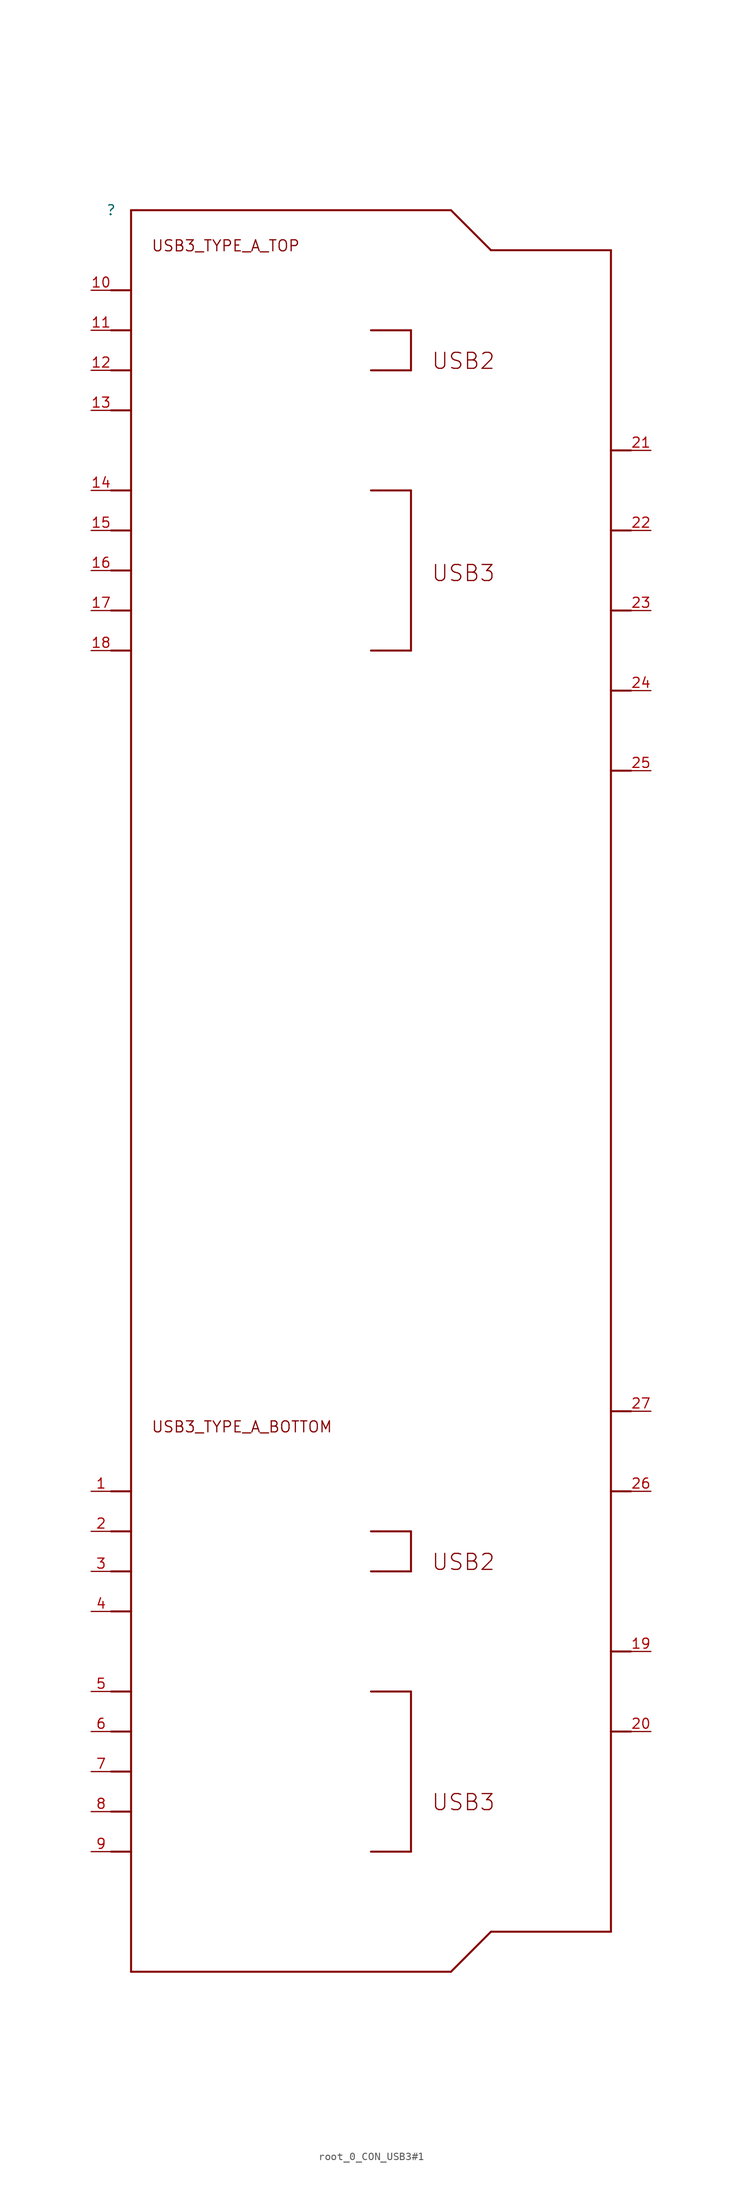
<source format=kicad_sym>
(kicad_symbol_lib
  (version 20220914)
  (generator kicad_symbol_editor)
  (symbol "root_0_CON_USB3#1"
    (property "Reference" ""
      (at 0 0 0)
      (effects (font (size 1.27 1.27))))
    (property "Value" ""
      (at 0 0 0)
      (effects (font (size 1.27 1.27))))
    (symbol "root_0_CON_USB3#1_1_0"
      (polyline (pts (xy 0 -208.28) (xy 2.54 -208.28)) (stroke (width 0.254) (type solid)) (fill (type none)))
      (polyline (pts (xy 0 -203.2) (xy 2.54 -203.2)) (stroke (width 0.254) (type solid)) (fill (type none)))
      (polyline (pts (xy 0 -198.12) (xy 2.54 -198.12)) (stroke (width 0.254) (type solid)) (fill (type none)))
      (polyline (pts (xy 0 -193.04) (xy 2.54 -193.04)) (stroke (width 0.254) (type solid)) (fill (type none)))
      (polyline (pts (xy 0 -187.96) (xy 2.54 -187.96)) (stroke (width 0.254) (type solid)) (fill (type none)))
      (polyline (pts (xy 0 -177.8) (xy 2.54 -177.8)) (stroke (width 0.254) (type solid)) (fill (type none)))
      (polyline (pts (xy 0 -172.72) (xy 2.54 -172.72)) (stroke (width 0.254) (type solid)) (fill (type none)))
      (polyline (pts (xy 0 -167.64) (xy 2.54 -167.64)) (stroke (width 0.254) (type solid)) (fill (type none)))
      (polyline (pts (xy 0 -162.56) (xy 2.54 -162.56)) (stroke (width 0.254) (type solid)) (fill (type none)))
      (polyline (pts (xy 0 -55.88) (xy 2.54 -55.88)) (stroke (width 0.254) (type solid)) (fill (type none)))
      (polyline (pts (xy 0 -50.8) (xy 2.54 -50.8)) (stroke (width 0.254) (type solid)) (fill (type none)))
      (polyline (pts (xy 0 -45.72) (xy 2.54 -45.72)) (stroke (width 0.254) (type solid)) (fill (type none)))
      (polyline (pts (xy 0 -40.64) (xy 2.54 -40.64)) (stroke (width 0.254) (type solid)) (fill (type none)))
      (polyline (pts (xy 0 -35.56) (xy 2.54 -35.56)) (stroke (width 0.254) (type solid)) (fill (type none)))
      (polyline (pts (xy 0 -25.4) (xy 2.54 -25.4)) (stroke (width 0.254) (type solid)) (fill (type none)))
      (polyline (pts (xy 0 -20.32) (xy 2.54 -20.32)) (stroke (width 0.254) (type solid)) (fill (type none)))
      (polyline (pts (xy 0 -15.24) (xy 2.54 -15.24)) (stroke (width 0.254) (type solid)) (fill (type none)))
      (polyline (pts (xy 0 -10.16) (xy 2.54 -10.16)) (stroke (width 0.254) (type solid)) (fill (type none)))
      (polyline (pts (xy 2.54 -223.52) (xy 43.18 -223.52)) (stroke (width 0.254) (type solid)) (fill (type none)))
      (polyline (pts (xy 2.54 0) (xy 2.54 -223.52)) (stroke (width 0.254) (type solid)) (fill (type none)))
      (polyline (pts (xy 2.54 0) (xy 43.18 0)) (stroke (width 0.254) (type solid)) (fill (type none)))
      (polyline (pts (xy 33.02 -187.96) (xy 38.1 -187.96)) (stroke (width 0.254) (type solid)) (fill (type none)))
      (polyline (pts (xy 33.02 -167.64) (xy 38.1 -167.64)) (stroke (width 0.254) (type solid)) (fill (type none)))
      (polyline (pts (xy 33.02 -35.56) (xy 38.1 -35.56)) (stroke (width 0.254) (type solid)) (fill (type none)))
      (polyline (pts (xy 33.02 -15.24) (xy 38.1 -15.24)) (stroke (width 0.254) (type solid)) (fill (type none)))
      (polyline (pts (xy 38.1 -208.28) (xy 33.02 -208.28)) (stroke (width 0.254) (type solid)) (fill (type none)))
      (polyline (pts (xy 38.1 -187.96) (xy 38.1 -208.28)) (stroke (width 0.254) (type solid)) (fill (type none)))
      (polyline (pts (xy 38.1 -172.72) (xy 33.02 -172.72)) (stroke (width 0.254) (type solid)) (fill (type none)))
      (polyline (pts (xy 38.1 -167.64) (xy 38.1 -172.72)) (stroke (width 0.254) (type solid)) (fill (type none)))
      (polyline (pts (xy 38.1 -55.88) (xy 33.02 -55.88)) (stroke (width 0.254) (type solid)) (fill (type none)))
      (polyline (pts (xy 38.1 -35.56) (xy 38.1 -55.88)) (stroke (width 0.254) (type solid)) (fill (type none)))
      (polyline (pts (xy 38.1 -20.32) (xy 33.02 -20.32)) (stroke (width 0.254) (type solid)) (fill (type none)))
      (polyline (pts (xy 38.1 -15.24) (xy 38.1 -20.32)) (stroke (width 0.254) (type solid)) (fill (type none)))
      (polyline (pts (xy 43.18 -223.52) (xy 48.26 -218.44)) (stroke (width 0.254) (type solid)) (fill (type none)))
      (polyline (pts (xy 43.18 0) (xy 48.26 -5.08)) (stroke (width 0.254) (type solid)) (fill (type none)))
      (polyline (pts (xy 48.26 -5.08) (xy 63.5 -5.08)) (stroke (width 0.254) (type solid)) (fill (type none)))
      (polyline (pts (xy 63.5 -218.44) (xy 48.26 -218.44)) (stroke (width 0.254) (type solid)) (fill (type none)))
      (polyline (pts (xy 63.5 -193.04) (xy 66.04 -193.04)) (stroke (width 0.254) (type solid)) (fill (type none)))
      (polyline (pts (xy 63.5 -182.88) (xy 66.04 -182.88)) (stroke (width 0.254) (type solid)) (fill (type none)))
      (polyline (pts (xy 63.5 -162.56) (xy 66.04 -162.56)) (stroke (width 0.254) (type solid)) (fill (type none)))
      (polyline (pts (xy 63.5 -152.4) (xy 66.04 -152.4)) (stroke (width 0.254) (type solid)) (fill (type none)))
      (polyline (pts (xy 63.5 -71.12) (xy 66.04 -71.12)) (stroke (width 0.254) (type solid)) (fill (type none)))
      (polyline (pts (xy 63.5 -60.96) (xy 66.04 -60.96)) (stroke (width 0.254) (type solid)) (fill (type none)))
      (polyline (pts (xy 63.5 -50.8) (xy 66.04 -50.8)) (stroke (width 0.254) (type solid)) (fill (type none)))
      (polyline (pts (xy 63.5 -40.64) (xy 66.04 -40.64)) (stroke (width 0.254) (type solid)) (fill (type none)))
      (polyline (pts (xy 63.5 -30.48) (xy 66.04 -30.48)) (stroke (width 0.254) (type solid)) (fill (type none)))
      (polyline (pts (xy 63.5 -5.08) (xy 63.5 -218.44)) (stroke (width 0.254) (type solid)) (fill (type none)))
      (text "USB2" (at 40.64 -172.72 0) (effects (font (size 2.032 2.032)) (justify left bottom)))
      (text "USB2" (at 40.64 -20.32 0) (effects (font (size 2.032 2.032)) (justify left bottom)))
      (text "USB3" (at 40.64 -203.2 0) (effects (font (size 2.032 2.032)) (justify left bottom)))
      (text "USB3" (at 40.64 -47.244 0) (effects (font (size 2.032 2.032)) (justify left bottom)))
      (text "USB3_TYPE_A_BOTTOM" (at 5.08 -155.194 0) (effects (font (size 1.397 1.397)) (justify left bottom)))
      (text "USB3_TYPE_A_TOP" (at 5.08 -5.334 0) (effects (font (size 1.397 1.397)) (justify left bottom)))
      (pin power_in line (at -2.54 -162.56 0) (length 2.54) (name "VBUS0" (effects (font (size 0 0)))) (number "1" (effects (font (size 1.27 1.27)))))
      (pin power_in line (at -2.54 -10.16 0) (length 2.54) (name "VBUS1" (effects (font (size 0 0)))) (number "10" (effects (font (size 1.27 1.27)))))
      (pin bidirectional line (at -2.54 -15.24 0) (length 2.54) (name "DN1" (effects (font (size 0 0)))) (number "11" (effects (font (size 1.27 1.27)))))
      (pin bidirectional line (at -2.54 -20.32 0) (length 2.54) (name "DP1" (effects (font (size 0 0)))) (number "12" (effects (font (size 1.27 1.27)))))
      (pin bidirectional line (at -2.54 -25.4 0) (length 2.54) (name "GND3" (effects (font (size 0 0)))) (number "13" (effects (font (size 1.27 1.27)))))
      (pin bidirectional line (at -2.54 -35.56 0) (length 2.54) (name "SSRXN1" (effects (font (size 0 0)))) (number "14" (effects (font (size 1.27 1.27)))))
      (pin bidirectional line (at -2.54 -40.64 0) (length 2.54) (name "SSRXP1" (effects (font (size 0 0)))) (number "15" (effects (font (size 1.27 1.27)))))
      (pin bidirectional line (at -2.54 -45.72 0) (length 2.54) (name "GND4" (effects (font (size 0 0)))) (number "16" (effects (font (size 1.27 1.27)))))
      (pin bidirectional line (at -2.54 -50.8 0) (length 2.54) (name "SSTXN1" (effects (font (size 0 0)))) (number "17" (effects (font (size 1.27 1.27)))))
      (pin bidirectional line (at -2.54 -55.88 0) (length 2.54) (name "SSTXP1" (effects (font (size 0 0)))) (number "18" (effects (font (size 1.27 1.27)))))
      (pin bidirectional line (at 68.58 -182.88 180) (length 2.54) (name "MT1" (effects (font (size 0 0)))) (number "19" (effects (font (size 1.27 1.27)))))
      (pin bidirectional line (at -2.54 -167.64 0) (length 2.54) (name "DN0" (effects (font (size 0 0)))) (number "2" (effects (font (size 1.27 1.27)))))
      (pin bidirectional line (at 68.58 -193.04 180) (length 2.54) (name "MT2" (effects (font (size 0 0)))) (number "20" (effects (font (size 1.27 1.27)))))
      (pin bidirectional line (at 68.58 -30.48 180) (length 2.54) (name "MT3" (effects (font (size 0 0)))) (number "21" (effects (font (size 1.27 1.27)))))
      (pin bidirectional line (at 68.58 -40.64 180) (length 2.54) (name "MT4" (effects (font (size 0 0)))) (number "22" (effects (font (size 1.27 1.27)))))
      (pin bidirectional line (at 68.58 -50.8 180) (length 2.54) (name "MT5" (effects (font (size 0 0)))) (number "23" (effects (font (size 1.27 1.27)))))
      (pin bidirectional line (at 68.58 -60.96 180) (length 2.54) (name "MT6" (effects (font (size 0 0)))) (number "24" (effects (font (size 1.27 1.27)))))
      (pin bidirectional line (at 68.58 -71.12 180) (length 2.54) (name "MT7" (effects (font (size 0 0)))) (number "25" (effects (font (size 1.27 1.27)))))
      (pin bidirectional line (at 68.58 -162.56 180) (length 2.54) (name "MT8" (effects (font (size 0 0)))) (number "26" (effects (font (size 1.27 1.27)))))
      (pin bidirectional line (at 68.58 -152.4 180) (length 2.54) (name "MT9" (effects (font (size 0 0)))) (number "27" (effects (font (size 1.27 1.27)))))
      (pin bidirectional line (at -2.54 -172.72 0) (length 2.54) (name "DP0" (effects (font (size 0 0)))) (number "3" (effects (font (size 1.27 1.27)))))
      (pin bidirectional line (at -2.54 -177.8 0) (length 2.54) (name "GND1" (effects (font (size 0 0)))) (number "4" (effects (font (size 1.27 1.27)))))
      (pin bidirectional line (at -2.54 -187.96 0) (length 2.54) (name "SSRXN0" (effects (font (size 0 0)))) (number "5" (effects (font (size 1.27 1.27)))))
      (pin bidirectional line (at -2.54 -193.04 0) (length 2.54) (name "SSRXP0" (effects (font (size 0 0)))) (number "6" (effects (font (size 1.27 1.27)))))
      (pin bidirectional line (at -2.54 -198.12 0) (length 2.54) (name "GND2" (effects (font (size 0 0)))) (number "7" (effects (font (size 1.27 1.27)))))
      (pin bidirectional line (at -2.54 -203.2 0) (length 2.54) (name "SSTXN0" (effects (font (size 0 0)))) (number "8" (effects (font (size 1.27 1.27)))))
      (pin bidirectional line (at -2.54 -208.28 0) (length 2.54) (name "SSTXP0" (effects (font (size 0 0)))) (number "9" (effects (font (size 1.27 1.27))))))))
</source>
